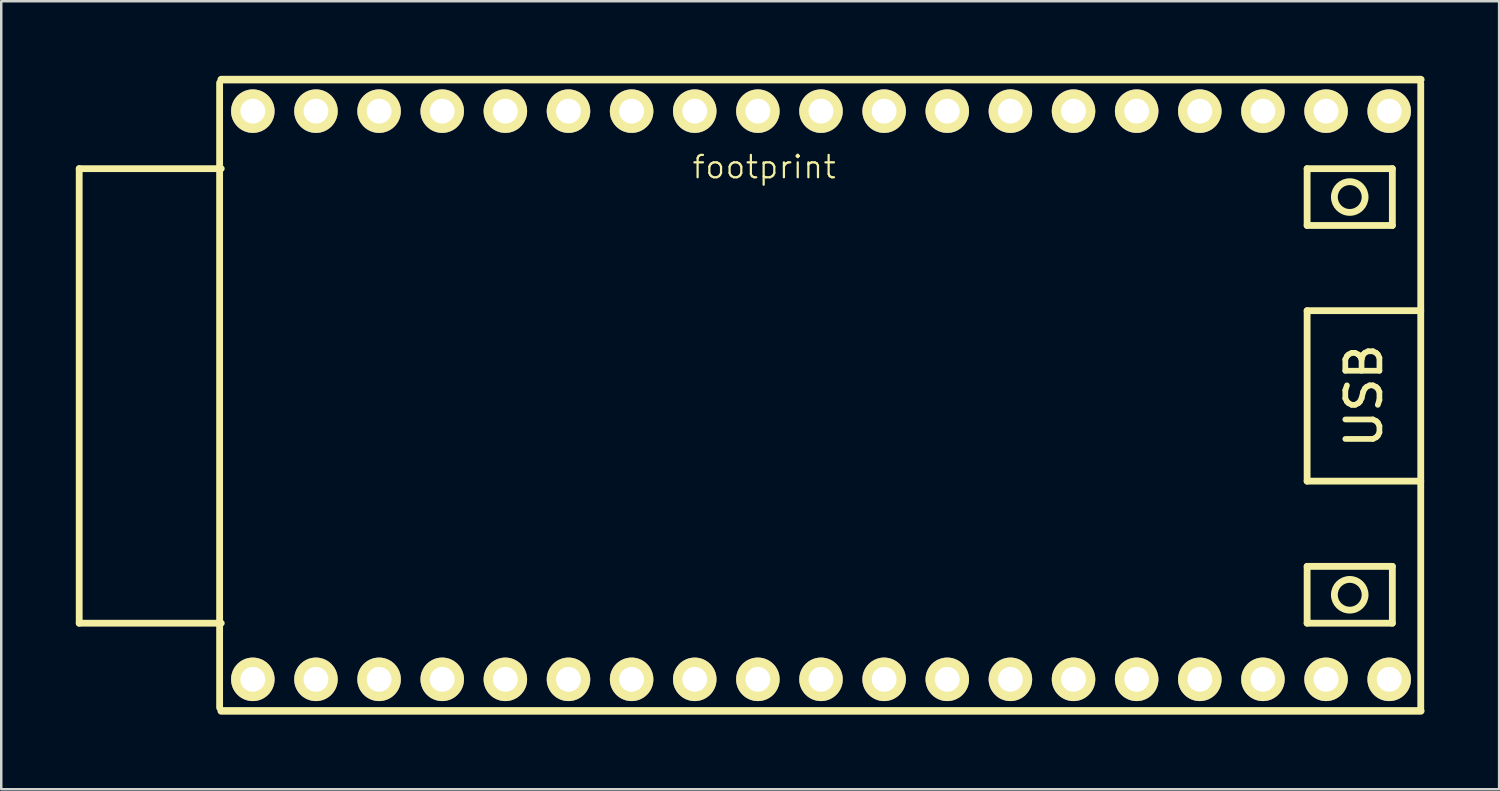
<source format=kicad_pcb>
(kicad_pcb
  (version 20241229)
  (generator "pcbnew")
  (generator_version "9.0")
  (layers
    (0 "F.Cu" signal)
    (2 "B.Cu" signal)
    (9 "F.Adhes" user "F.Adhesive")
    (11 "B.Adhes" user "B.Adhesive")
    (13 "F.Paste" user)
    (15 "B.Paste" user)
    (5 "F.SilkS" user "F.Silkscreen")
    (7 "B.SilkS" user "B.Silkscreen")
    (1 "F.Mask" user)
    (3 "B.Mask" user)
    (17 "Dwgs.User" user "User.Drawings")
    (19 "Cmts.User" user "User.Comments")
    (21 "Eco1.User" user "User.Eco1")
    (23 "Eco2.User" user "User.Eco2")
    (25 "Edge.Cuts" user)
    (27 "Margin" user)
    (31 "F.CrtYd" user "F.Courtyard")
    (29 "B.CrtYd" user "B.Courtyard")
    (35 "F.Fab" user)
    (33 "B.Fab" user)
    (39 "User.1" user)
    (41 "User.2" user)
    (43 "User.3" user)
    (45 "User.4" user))
  (footprint "footprint"
    (layer "F.Cu")
    (at 27.95 13.106)
    (property "Reference" "footprint" (at -0.254 -9.436 0) (unlocked yes) (layer "F.SilkS") (effects (font (size 0.9 0.9) (thickness 0.09))))
    (attr through_hole)
    (fp_line (start -27.813 -9.371) (end -27.813 8.917) (stroke (width 0.274) (type solid)) (layer "F.SilkS"))
    (fp_line (start -27.813 -9.371) (end -22.098 -9.371) (stroke (width 0.274) (type solid)) (layer "F.SilkS"))
    (fp_line (start -27.813 8.917) (end -22.098 8.917) (stroke (width 0.274) (type solid)) (layer "F.SilkS"))
    (fp_line (start -22.164 -12.827) (end -22.164 12.319) (stroke (width 0.274) (type solid)) (layer "F.SilkS"))
    (fp_line (start -22.098 -12.954) (end 26.162 -12.954) (stroke (width 0.305) (type solid)) (layer "F.SilkS"))
    (fp_line (start 21.59 -9.371) (end 21.59 -7.085) (stroke (width 0.274) (type solid)) (layer "F.SilkS"))
    (fp_line (start 21.59 -7.085) (end 25.019 -7.085) (stroke (width 0.274) (type solid)) (layer "F.SilkS"))
    (fp_line (start 21.59 -3.656) (end 21.59 3.202) (stroke (width 0.274) (type solid)) (layer "F.SilkS"))
    (fp_line (start 21.59 3.202) (end 26.162 3.202) (stroke (width 0.274) (type solid)) (layer "F.SilkS"))
    (fp_line (start 21.59 6.631) (end 25.019 6.631) (stroke (width 0.274) (type solid)) (layer "F.SilkS"))
    (fp_line (start 21.59 8.917) (end 21.59 6.631) (stroke (width 0.274) (type solid)) (layer "F.SilkS"))
    (fp_line (start 25.019 -9.371) (end 21.59 -9.371) (stroke (width 0.274) (type solid)) (layer "F.SilkS"))
    (fp_line (start 25.019 -7.085) (end 25.019 -9.371) (stroke (width 0.274) (type solid)) (layer "F.SilkS"))
    (fp_line (start 25.019 6.631) (end 25.019 8.917) (stroke (width 0.274) (type solid)) (layer "F.SilkS"))
    (fp_line (start 25.019 8.917) (end 21.59 8.917) (stroke (width 0.274) (type solid)) (layer "F.SilkS"))
    (fp_line (start 26.162 -3.656) (end 21.59 -3.656) (stroke (width 0.274) (type solid)) (layer "F.SilkS"))
    (fp_line (start 26.162 12.346) (end 26.162 -12.8) (stroke (width 0.274) (type solid)) (layer "F.SilkS"))
    (fp_line (start 26.162 12.446) (end -22.098 12.446) (stroke (width 0.305) (type solid)) (layer "F.SilkS"))
    (fp_circle (center 23.305 -8.228) (end 23.819 -7.885) (stroke (width 0.274) (type solid)) (fill no) (layer "F.SilkS"))
    (fp_circle (center 23.305 7.774) (end 23.819 8.117) (stroke (width 0.274) (type solid)) (fill no) (layer "F.SilkS"))
    (fp_text user "USB" (at 23.876 -0.227 90) (layer "F.SilkS") (effects (font (size 1.372 1.372) (thickness 0.229))))
    (pad "1" thru_hole circle (at -20.828 11.176) (size 1.75 1.75) (drill 1) (layers "*.Cu" "*.Mask" "F.SilkS"))
    (pad "2" thru_hole circle (at -18.288 11.176) (size 1.75 1.75) (drill 1) (layers "*.Cu" "*.Mask" "F.SilkS"))
    (pad "3" thru_hole circle (at -15.748 11.176) (size 1.75 1.75) (drill 1) (layers "*.Cu" "*.Mask" "F.SilkS"))
    (pad "4" thru_hole circle (at -13.208 11.176) (size 1.75 1.75) (drill 1) (layers "*.Cu" "*.Mask" "F.SilkS"))
    (pad "5" thru_hole circle (at -10.668 11.176) (size 1.75 1.75) (drill 1) (layers "*.Cu" "*.Mask" "F.SilkS"))
    (pad "6" thru_hole circle (at -8.128 11.176) (size 1.75 1.75) (drill 1) (layers "*.Cu" "*.Mask" "F.SilkS"))
    (pad "7" thru_hole circle (at -5.588 11.176) (size 1.75 1.75) (drill 1) (layers "*.Cu" "*.Mask" "F.SilkS"))
    (pad "8" thru_hole circle (at -3.048 11.176) (size 1.75 1.75) (drill 1) (layers "*.Cu" "*.Mask" "F.SilkS"))
    (pad "9" thru_hole circle (at -0.508 11.176) (size 1.75 1.75) (drill 1) (layers "*.Cu" "*.Mask" "F.SilkS"))
    (pad "10" thru_hole circle (at 2.032 11.176) (size 1.75 1.75) (drill 1) (layers "*.Cu" "*.Mask" "F.SilkS"))
    (pad "11" thru_hole circle (at 4.572 11.176) (size 1.75 1.75) (drill 1) (layers "*.Cu" "*.Mask" "F.SilkS"))
    (pad "12" thru_hole circle (at 7.112 11.176) (size 1.75 1.75) (drill 1) (layers "*.Cu" "*.Mask" "F.SilkS"))
    (pad "13" thru_hole circle (at 9.652 11.176) (size 1.75 1.75) (drill 1) (layers "*.Cu" "*.Mask" "F.SilkS"))
    (pad "14" thru_hole circle (at 12.192 11.176) (size 1.75 1.75) (drill 1) (layers "*.Cu" "*.Mask" "F.SilkS"))
    (pad "15" thru_hole circle (at 14.732 11.176) (size 1.75 1.75) (drill 1) (layers "*.Cu" "*.Mask" "F.SilkS"))
    (pad "16" thru_hole circle (at 17.272 11.176) (size 1.75 1.75) (drill 1) (layers "*.Cu" "*.Mask" "F.SilkS"))
    (pad "17" thru_hole circle (at 19.812 11.176) (size 1.75 1.75) (drill 1) (layers "*.Cu" "*.Mask" "F.SilkS"))
    (pad "18" thru_hole circle (at 22.352 11.176) (size 1.75 1.75) (drill 1) (layers "*.Cu" "*.Mask" "F.SilkS"))
    (pad "19" thru_hole circle (at 24.892 11.176) (size 1.75 1.75) (drill 1) (layers "*.Cu" "*.Mask" "F.SilkS"))
    (pad "20" thru_hole circle (at 24.892 -11.684 180) (size 1.75 1.75) (drill 1) (layers "*.Cu" "*.Mask" "F.SilkS"))
    (pad "21" thru_hole circle (at 22.352 -11.684 180) (size 1.75 1.75) (drill 1) (layers "*.Cu" "*.Mask" "F.SilkS"))
    (pad "22" thru_hole circle (at 19.812 -11.684 180) (size 1.75 1.75) (drill 1) (layers "*.Cu" "*.Mask" "F.SilkS"))
    (pad "23" thru_hole circle (at 17.272 -11.684 180) (size 1.75 1.75) (drill 1) (layers "*.Cu" "*.Mask" "F.SilkS"))
    (pad "24" thru_hole circle (at 14.732 -11.684 180) (size 1.75 1.75) (drill 1) (layers "*.Cu" "*.Mask" "F.SilkS"))
    (pad "25" thru_hole circle (at 12.192 -11.684 180) (size 1.75 1.75) (drill 1) (layers "*.Cu" "*.Mask" "F.SilkS"))
    (pad "26" thru_hole circle (at 9.652 -11.684 180) (size 1.75 1.75) (drill 1) (layers "*.Cu" "*.Mask" "F.SilkS"))
    (pad "27" thru_hole circle (at 7.112 -11.684 180) (size 1.75 1.75) (drill 1) (layers "*.Cu" "*.Mask" "F.SilkS"))
    (pad "28" thru_hole circle (at 4.572 -11.684 180) (size 1.75 1.75) (drill 1) (layers "*.Cu" "*.Mask" "F.SilkS"))
    (pad "29" thru_hole circle (at 2.032 -11.684 180) (size 1.75 1.75) (drill 1) (layers "*.Cu" "*.Mask" "F.SilkS"))
    (pad "30" thru_hole circle (at -0.508 -11.684 180) (size 1.75 1.75) (drill 1) (layers "*.Cu" "*.Mask" "F.SilkS"))
    (pad "31" thru_hole circle (at -3.048 -11.684 180) (size 1.75 1.75) (drill 1) (layers "*.Cu" "*.Mask" "F.SilkS"))
    (pad "32" thru_hole circle (at -5.588 -11.684 180) (size 1.75 1.75) (drill 1) (layers "*.Cu" "*.Mask" "F.SilkS"))
    (pad "33" thru_hole circle (at -8.128 -11.684 180) (size 1.75 1.75) (drill 1) (layers "*.Cu" "*.Mask" "F.SilkS"))
    (pad "34" thru_hole circle (at -10.668 -11.684 180) (size 1.75 1.75) (drill 1) (layers "*.Cu" "*.Mask" "F.SilkS"))
    (pad "35" thru_hole circle (at -13.208 -11.684 180) (size 1.75 1.75) (drill 1) (layers "*.Cu" "*.Mask" "F.SilkS"))
    (pad "36" thru_hole circle (at -15.748 -11.684 180) (size 1.75 1.75) (drill 1) (layers "*.Cu" "*.Mask" "F.SilkS"))
    (pad "37" thru_hole circle (at -18.288 -11.684 180) (size 1.75 1.75) (drill 1) (layers "*.Cu" "*.Mask" "F.SilkS"))
    (pad "38" thru_hole circle (at -20.828 -11.684 180) (size 1.75 1.75) (drill 1) (layers "*.Cu" "*.Mask" "F.SilkS")))
  (gr_rect
    (start -3 -3)
    (end 57.265 28.705)
    (stroke (width 0.1) (type default))
    (fill no)
    (layer "Edge.Cuts")))
</source>
